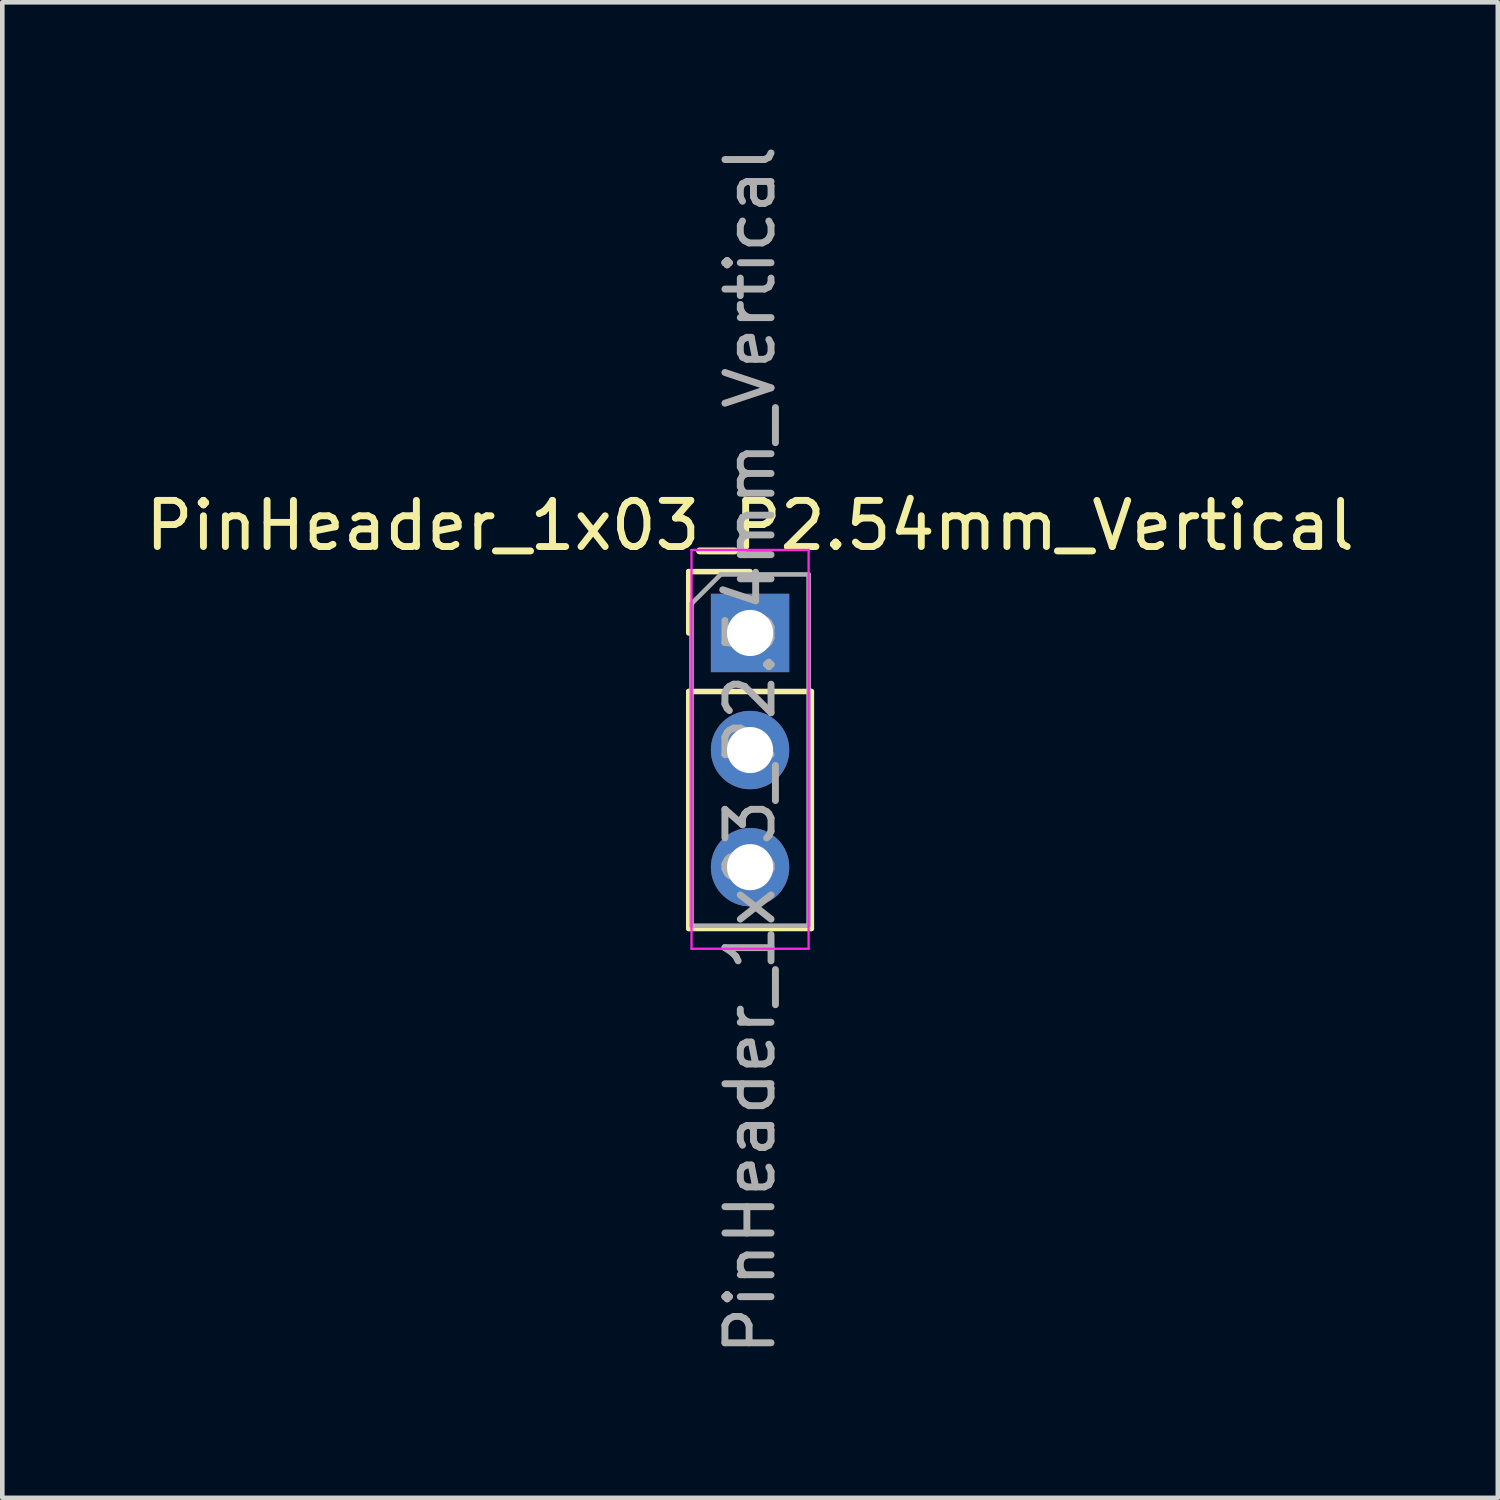
<source format=kicad_pcb>
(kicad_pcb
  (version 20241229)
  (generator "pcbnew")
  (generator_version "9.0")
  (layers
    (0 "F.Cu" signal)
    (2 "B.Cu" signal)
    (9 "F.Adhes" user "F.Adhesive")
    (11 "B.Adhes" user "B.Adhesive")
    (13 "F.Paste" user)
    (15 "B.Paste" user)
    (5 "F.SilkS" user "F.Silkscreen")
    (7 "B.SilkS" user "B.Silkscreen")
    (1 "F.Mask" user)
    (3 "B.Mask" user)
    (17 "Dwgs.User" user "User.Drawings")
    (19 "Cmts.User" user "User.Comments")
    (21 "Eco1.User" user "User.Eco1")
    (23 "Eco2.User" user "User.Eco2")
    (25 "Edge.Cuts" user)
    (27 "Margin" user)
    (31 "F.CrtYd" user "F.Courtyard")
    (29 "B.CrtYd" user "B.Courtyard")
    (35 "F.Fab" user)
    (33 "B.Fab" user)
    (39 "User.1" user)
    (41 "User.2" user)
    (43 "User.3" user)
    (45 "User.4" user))
  (footprint "PinHeader_1x03_P2.54mm_Vertical"
    (layer "F.Cu")
    (at 13.22 10.68)
    (property "Reference" "PinHeader_1x03_P2.54mm_Vertical" (at 0 -2.33 0) (layer "F.SilkS") (effects (font (size 1 1) (thickness 0.15))))
    (attr through_hole)
    (fp_line (start -1.33 -1.33) (end 0 -1.33) (stroke (width 0.12) (type solid)) (layer "F.SilkS"))
    (fp_line (start -1.33 0) (end -1.33 -1.33) (stroke (width 0.12) (type solid)) (layer "F.SilkS"))
    (fp_line (start -1.33 1.27) (end -1.33 6.41) (stroke (width 0.12) (type solid)) (layer "F.SilkS"))
    (fp_line (start -1.33 1.27) (end 1.33 1.27) (stroke (width 0.12) (type solid)) (layer "F.SilkS"))
    (fp_line (start -1.33 6.41) (end 1.33 6.41) (stroke (width 0.12) (type solid)) (layer "F.SilkS"))
    (fp_line (start 1.33 1.27) (end 1.33 6.41) (stroke (width 0.12) (type solid)) (layer "F.SilkS"))
    (fp_line (start -1.27 -1.8) (end -1.27 6.85) (stroke (width 0.05) (type solid)) (layer "F.CrtYd"))
    (fp_line (start -1.27 6.85) (end 1.27 6.85) (stroke (width 0.05) (type solid)) (layer "F.CrtYd"))
    (fp_line (start 1.27 -1.8) (end -1.27 -1.8) (stroke (width 0.05) (type solid)) (layer "F.CrtYd"))
    (fp_line (start 1.27 6.85) (end 1.27 -1.8) (stroke (width 0.05) (type solid)) (layer "F.CrtYd"))
    (fp_line (start -1.27 -0.635) (end -0.635 -1.27) (stroke (width 0.1) (type solid)) (layer "F.Fab"))
    (fp_line (start -1.27 6.35) (end -1.27 -0.635) (stroke (width 0.1) (type solid)) (layer "F.Fab"))
    (fp_line (start -0.635 -1.27) (end 1.27 -1.27) (stroke (width 0.1) (type solid)) (layer "F.Fab"))
    (fp_line (start 1.27 -1.27) (end 1.27 6.35) (stroke (width 0.1) (type solid)) (layer "F.Fab"))
    (fp_line (start 1.27 6.35) (end -1.27 6.35) (stroke (width 0.1) (type solid)) (layer "F.Fab"))
    (fp_text user "${REFERENCE}" (at 0 2.54 90) (layer "F.Fab") (effects (font (size 1 1) (thickness 0.15))))
    (pad "1" thru_hole rect (at 0 0) (size 1.7 1.7) (drill 1) (layers "*.Cu" "*.Mask"))
    (pad "2" thru_hole oval (at 0 2.54) (size 1.7 1.7) (drill 1) (layers "*.Cu" "*.Mask"))
    (pad "3" thru_hole oval (at 0 5.08) (size 1.7 1.7) (drill 1) (layers "*.Cu" "*.Mask")))
  (gr_rect
    (start -3 -3)
    (end 29.44 29.44)
    (stroke (width 0.1) (type default))
    (fill no)
    (layer "Edge.Cuts")))
</source>
